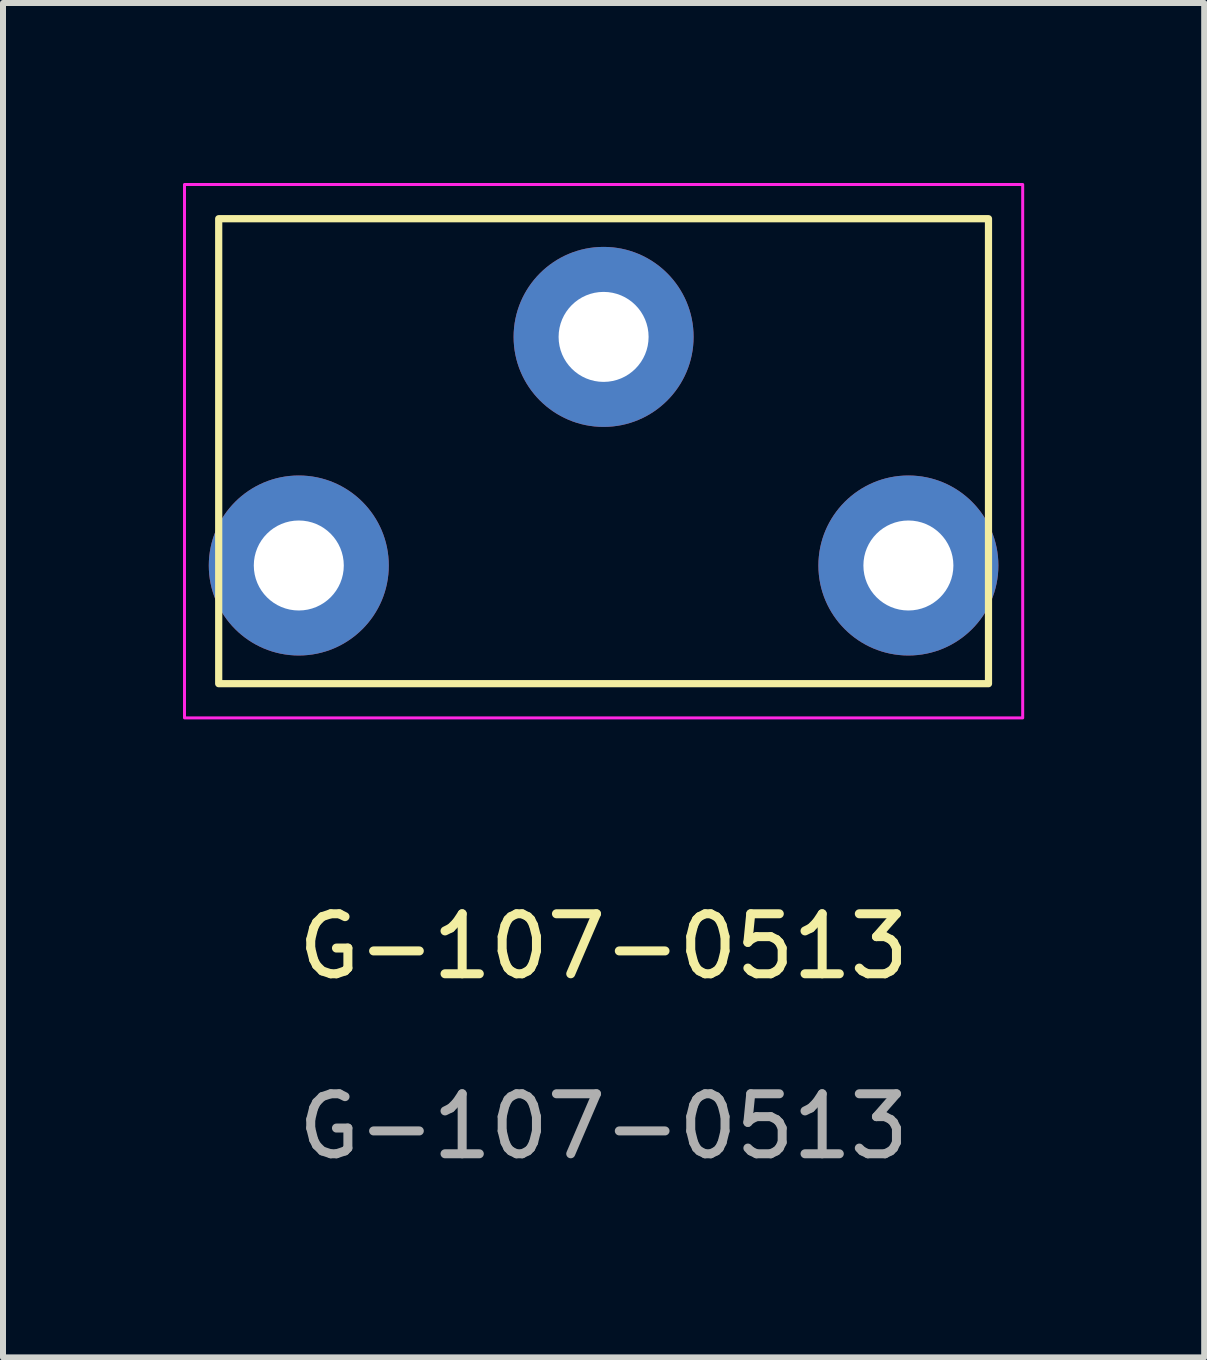
<source format=kicad_pcb>
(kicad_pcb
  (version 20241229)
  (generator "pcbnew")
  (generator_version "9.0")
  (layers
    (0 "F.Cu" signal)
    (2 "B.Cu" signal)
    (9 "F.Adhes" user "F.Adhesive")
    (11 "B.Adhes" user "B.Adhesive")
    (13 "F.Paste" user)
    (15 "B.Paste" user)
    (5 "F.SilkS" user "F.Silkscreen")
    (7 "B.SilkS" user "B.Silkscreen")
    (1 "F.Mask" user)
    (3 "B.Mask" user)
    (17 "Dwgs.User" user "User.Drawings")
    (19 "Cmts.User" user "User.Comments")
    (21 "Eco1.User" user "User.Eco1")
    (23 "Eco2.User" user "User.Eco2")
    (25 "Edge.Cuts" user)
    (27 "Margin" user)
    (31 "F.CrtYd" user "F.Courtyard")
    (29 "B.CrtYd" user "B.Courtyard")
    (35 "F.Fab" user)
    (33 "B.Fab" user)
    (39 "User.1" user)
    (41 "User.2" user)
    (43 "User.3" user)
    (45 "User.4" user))
  (footprint "G-107-0513"
    (layer "F.Cu")
    (at 7.01 2.565)
    (property "Reference" "G-107-0513" (at 0 10.16 0) (unlocked yes) (layer "F.SilkS") (effects (font (size 1 1) (thickness 0.15))))
    (attr through_hole)
    (fp_rect (start -6.415 -1.97) (end 6.415 5.78) (stroke (width 0.12) (type default)) (fill no) (layer "F.SilkS"))
    (fp_rect (start -6.985 -2.54) (end 6.985 6.35) (stroke (width 0.05) (type default)) (fill no) (layer "F.CrtYd"))
    (fp_text user "${REFERENCE}" (at 0 13.16 0) (unlocked yes) (layer "F.Fab") (effects (font (size 1 1) (thickness 0.15))))
    (pad "1" thru_hole circle (at -5.08 3.81) (size 3 3) (drill 1.5) (layers "*.Cu" "*.Mask"))
    (pad "2" thru_hole circle (at 0 0) (size 3 3) (drill 1.5) (layers "*.Cu" "*.Mask"))
    (pad "3" thru_hole circle (at 5.08 3.81) (size 3 3) (drill 1.5) (layers "*.Cu" "*.Mask")))
  (gr_rect
    (start -3 -3)
    (end 17.02 19.573)
    (stroke (width 0.1) (type default))
    (fill no)
    (layer "Edge.Cuts")))
</source>
